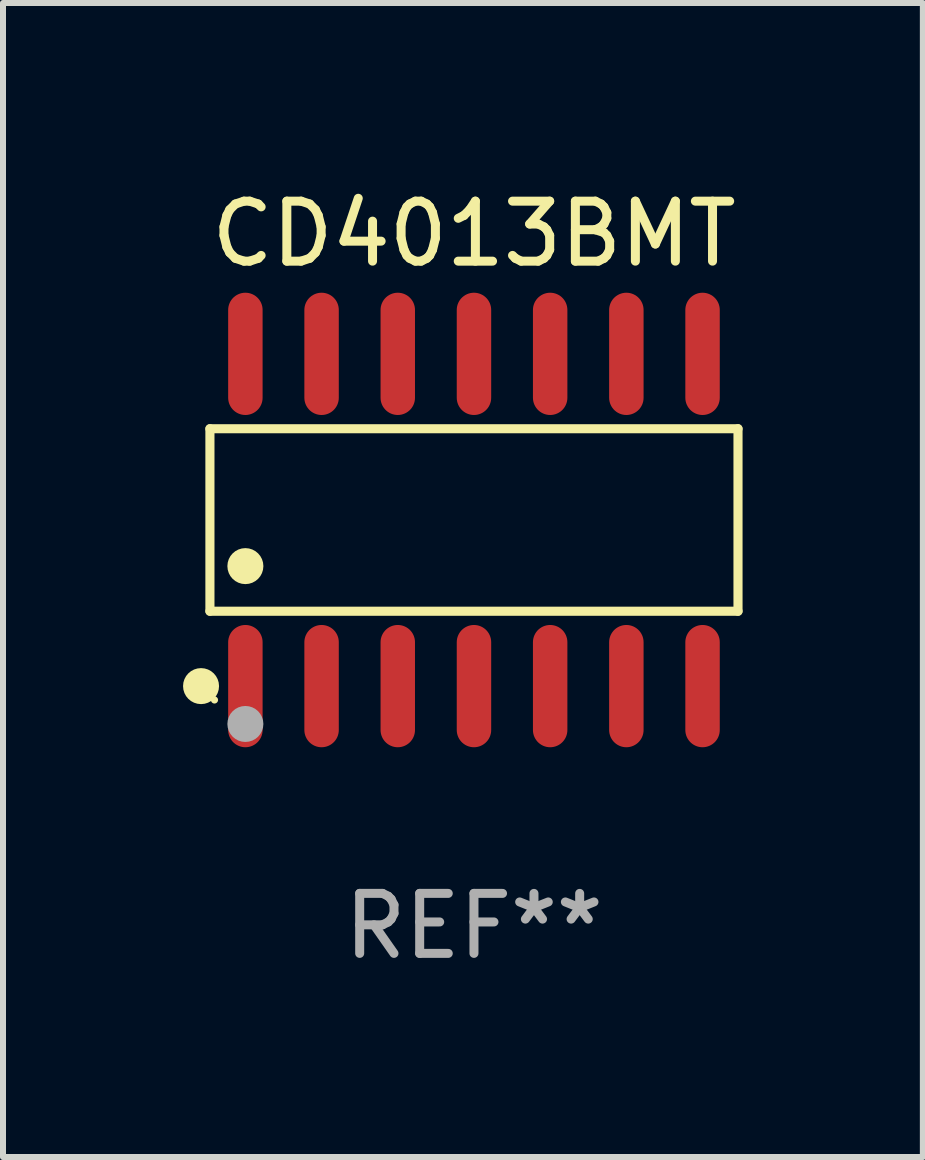
<source format=kicad_pcb>
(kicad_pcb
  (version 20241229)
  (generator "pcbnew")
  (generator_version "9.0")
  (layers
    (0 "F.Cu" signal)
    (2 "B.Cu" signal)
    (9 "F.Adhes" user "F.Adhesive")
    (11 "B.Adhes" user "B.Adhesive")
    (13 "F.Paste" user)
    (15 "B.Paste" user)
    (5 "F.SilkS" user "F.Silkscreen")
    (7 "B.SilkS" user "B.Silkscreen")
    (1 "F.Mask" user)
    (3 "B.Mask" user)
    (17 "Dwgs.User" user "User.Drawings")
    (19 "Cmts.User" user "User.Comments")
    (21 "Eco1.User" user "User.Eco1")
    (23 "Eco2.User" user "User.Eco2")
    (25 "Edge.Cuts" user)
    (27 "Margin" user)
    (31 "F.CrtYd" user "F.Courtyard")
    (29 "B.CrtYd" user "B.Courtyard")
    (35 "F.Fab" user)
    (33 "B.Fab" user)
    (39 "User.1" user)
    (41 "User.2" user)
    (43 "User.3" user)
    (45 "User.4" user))
  (footprint "CD4013BMT"
    (layer "F.Cu")
    (at 4.85 5.617)
    (property "Reference" "CD4013BMT" (at 0 -4.769 0) (layer "F.SilkS") (effects (font (size 1 1) (thickness 0.15))))
    (attr through_hole)
    (fp_line (start -4.401 -1.521) (end 4.401 -1.521) (stroke (width 0.152) (type solid)) (layer "F.SilkS"))
    (fp_line (start -4.401 1.521) (end -4.401 -1.521) (stroke (width 0.152) (type solid)) (layer "F.SilkS"))
    (fp_line (start 4.401 -1.521) (end 4.401 1.521) (stroke (width 0.152) (type solid)) (layer "F.SilkS"))
    (fp_line (start 4.401 1.521) (end -4.401 1.521) (stroke (width 0.152) (type solid)) (layer "F.SilkS"))
    (fp_circle (center -4.549 2.769) (end -4.399 2.769) (stroke (width 0.3) (type solid)) (fill no) (layer "F.SilkS"))
    (fp_circle (center -4.325 3) (end -4.295 3) (stroke (width 0.06) (type solid)) (fill no) (layer "F.SilkS"))
    (fp_circle (center -3.81 0.769) (end -3.66 0.769) (stroke (width 0.3) (type solid)) (fill no) (layer "F.SilkS"))
    (fp_circle (center -3.81 3.4) (end -3.66 3.4) (stroke (width 0.3) (type solid)) (fill no) (layer "F.Fab"))
    (fp_text user "REF**" (at 0 6.769 0) (layer "F.Fab") (effects (font (size 1 1) (thickness 0.15))))
    (pad "1" smd oval (at -3.81 2.769) (size 0.574 2.038) (layers "F.Cu" "F.Mask" "F.Paste"))
    (pad "2" smd oval (at -2.54 2.769) (size 0.574 2.038) (layers "F.Cu" "F.Mask" "F.Paste"))
    (pad "3" smd oval (at -1.27 2.769) (size 0.574 2.038) (layers "F.Cu" "F.Mask" "F.Paste"))
    (pad "4" smd oval (at 0 2.769) (size 0.574 2.038) (layers "F.Cu" "F.Mask" "F.Paste"))
    (pad "5" smd oval (at 1.27 2.769) (size 0.574 2.038) (layers "F.Cu" "F.Mask" "F.Paste"))
    (pad "6" smd oval (at 2.54 2.769) (size 0.574 2.038) (layers "F.Cu" "F.Mask" "F.Paste"))
    (pad "7" smd oval (at 3.81 2.769) (size 0.574 2.038) (layers "F.Cu" "F.Mask" "F.Paste"))
    (pad "8" smd oval (at 3.81 -2.769) (size 0.574 2.038) (layers "F.Cu" "F.Mask" "F.Paste"))
    (pad "9" smd oval (at 2.54 -2.769) (size 0.574 2.038) (layers "F.Cu" "F.Mask" "F.Paste"))
    (pad "10" smd oval (at 1.27 -2.769) (size 0.574 2.038) (layers "F.Cu" "F.Mask" "F.Paste"))
    (pad "11" smd oval (at 0 -2.769) (size 0.574 2.038) (layers "F.Cu" "F.Mask" "F.Paste"))
    (pad "12" smd oval (at -1.27 -2.769) (size 0.574 2.038) (layers "F.Cu" "F.Mask" "F.Paste"))
    (pad "13" smd oval (at -2.54 -2.769) (size 0.574 2.038) (layers "F.Cu" "F.Mask" "F.Paste"))
    (pad "14" smd oval (at -3.81 -2.769) (size 0.574 2.038) (layers "F.Cu" "F.Mask" "F.Paste")))
  (gr_rect
    (start -3 -3)
    (end 12.332 16.235)
    (stroke (width 0.1) (type default))
    (fill no)
    (layer "Edge.Cuts")))
</source>
